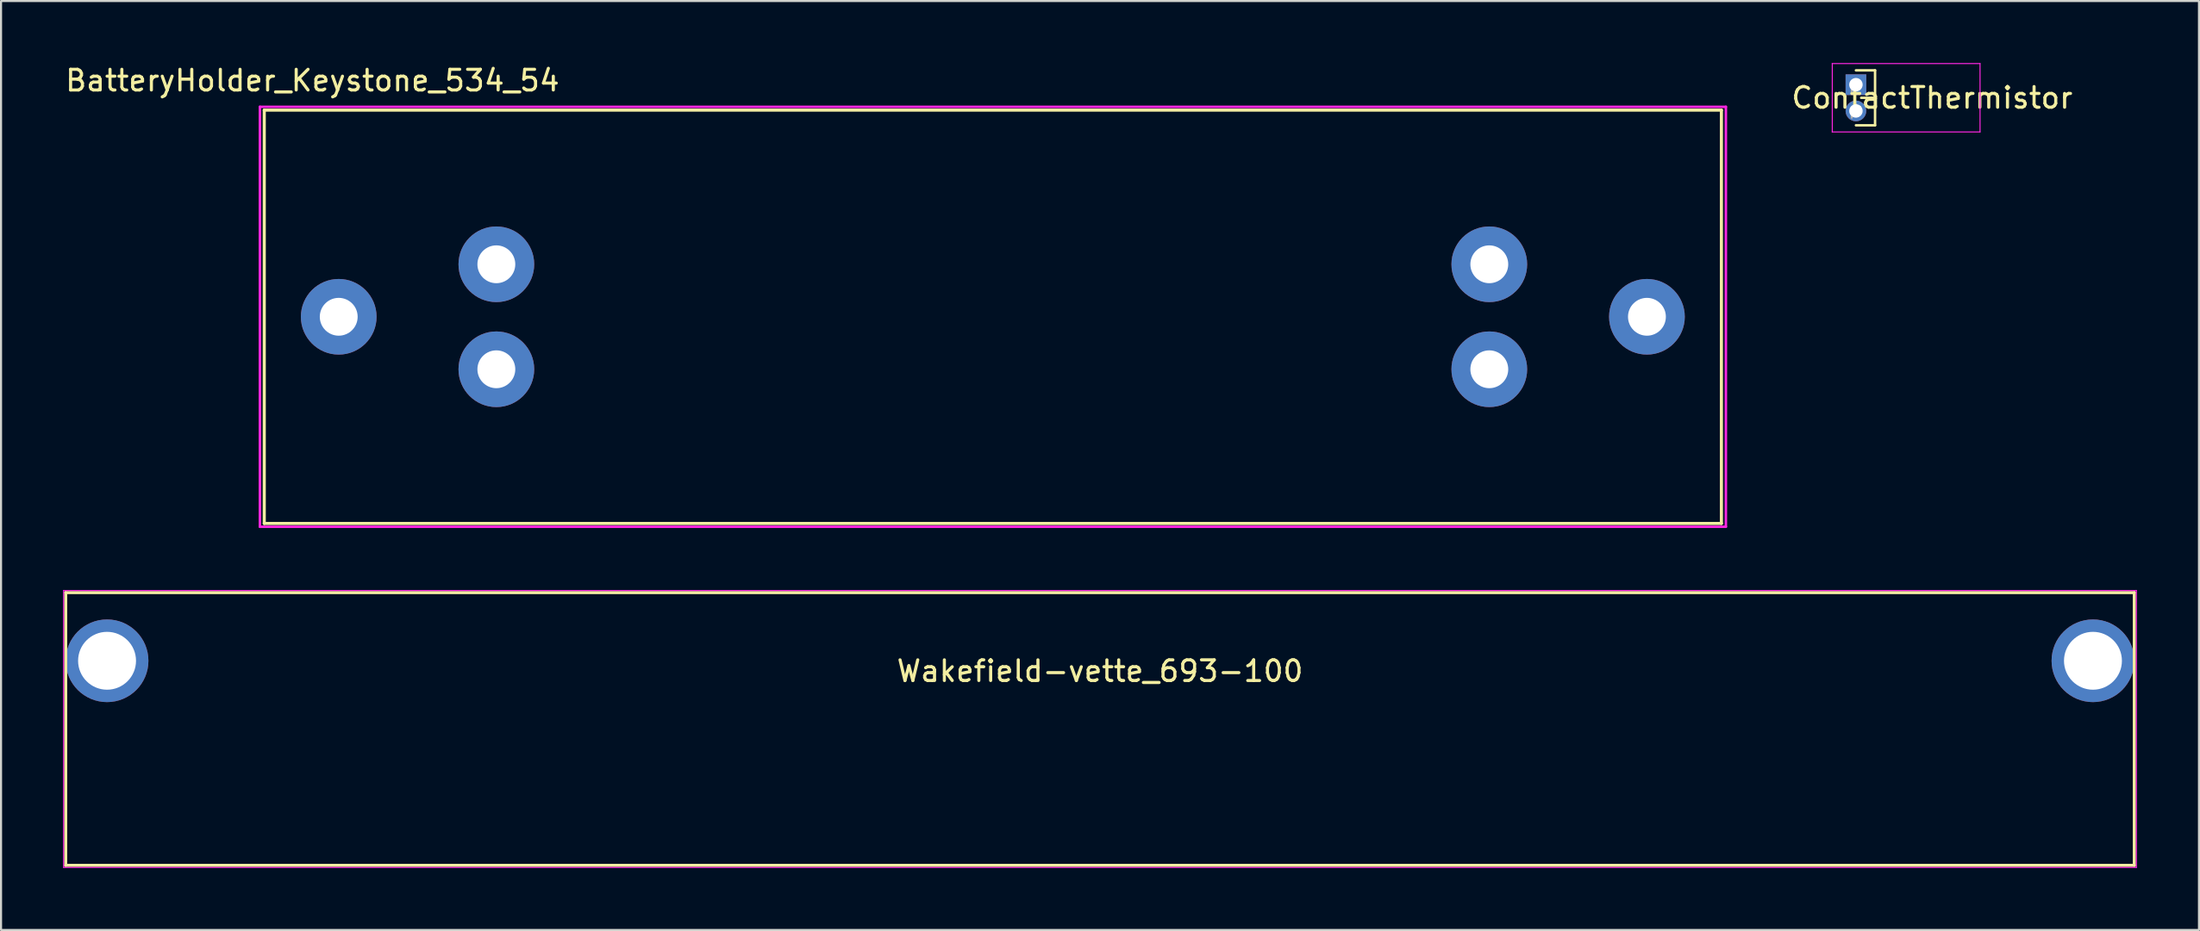
<source format=kicad_pcb>
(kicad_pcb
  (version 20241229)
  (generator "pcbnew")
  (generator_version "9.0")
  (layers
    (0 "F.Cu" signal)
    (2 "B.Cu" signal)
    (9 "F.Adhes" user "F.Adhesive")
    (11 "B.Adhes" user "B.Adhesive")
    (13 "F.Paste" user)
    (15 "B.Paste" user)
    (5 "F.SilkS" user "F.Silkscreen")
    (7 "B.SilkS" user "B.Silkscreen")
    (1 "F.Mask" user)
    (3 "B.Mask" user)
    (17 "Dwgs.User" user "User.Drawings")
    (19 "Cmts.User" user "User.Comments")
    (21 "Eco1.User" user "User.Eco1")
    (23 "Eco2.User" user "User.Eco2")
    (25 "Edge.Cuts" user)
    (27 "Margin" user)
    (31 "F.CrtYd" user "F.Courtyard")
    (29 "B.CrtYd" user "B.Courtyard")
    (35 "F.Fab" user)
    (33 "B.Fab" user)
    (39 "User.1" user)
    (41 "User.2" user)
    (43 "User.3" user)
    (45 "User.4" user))
  (footprint "Wakefield-vette_693-100"
    (layer "F.Cu")
    (at 50.125 28.923)
    (property "Reference" "Wakefield-vette_693-100" (at 0 0.5 0) (layer "F.SilkS") (effects (font (size 1 1) (thickness 0.15))))
    (attr through_hole)
    (fp_line (start -50 -3.3) (end -50 9.9) (stroke (width 0.15) (type solid)) (layer "F.SilkS"))
    (fp_line (start -50 9.9) (end 50 9.9) (stroke (width 0.15) (type solid)) (layer "F.SilkS"))
    (fp_line (start 50 -3.3) (end -50 -3.3) (stroke (width 0.15) (type solid)) (layer "F.SilkS"))
    (fp_line (start 50 -3.3) (end 50 9.9) (stroke (width 0.15) (type solid)) (layer "F.SilkS"))
    (fp_line (start -50.1 -3.4) (end 50.1 -3.4) (stroke (width 0.05) (type solid)) (layer "F.CrtYd"))
    (fp_line (start -50.1 10) (end -50.1 -3.4) (stroke (width 0.05) (type solid)) (layer "F.CrtYd"))
    (fp_line (start 50.1 -3.4) (end 50.1 10) (stroke (width 0.05) (type solid)) (layer "F.CrtYd"))
    (fp_line (start 50.1 10) (end -50.1 10) (stroke (width 0.05) (type solid)) (layer "F.CrtYd"))
    (pad "1" thru_hole circle (at -48 0) (size 4 4) (drill 2.8) (layers "*.Cu" "*.Mask"))
    (pad "1" thru_hole circle (at 48 0) (size 4 4) (drill 2.8) (layers "*.Cu" "*.Mask")))
  (footprint "BatteryHolder_Keystone_534_54"
    (layer "F.Cu")
    (at 13.324 12.278)
    (property "Reference" "BatteryHolder_Keystone_534_54" (at -1.27 -11.43 0) (layer "F.SilkS") (effects (font (size 1 1) (thickness 0.15))))
    (attr through_hole)
    (fp_line (start -3.6 -10) (end -3.6 10) (stroke (width 0.15) (type solid)) (layer "F.SilkS"))
    (fp_line (start -3.6 10) (end 66.84 10) (stroke (width 0.15) (type solid)) (layer "F.SilkS"))
    (fp_line (start 66.84 -10) (end -3.6 -10) (stroke (width 0.15) (type solid)) (layer "F.SilkS"))
    (fp_line (start 66.84 -10) (end 66.84 10) (stroke (width 0.15) (type solid)) (layer "F.SilkS"))
    (fp_line (start -3.81 -10.16) (end -3.81 10.16) (stroke (width 0.12) (type solid)) (layer "F.CrtYd"))
    (fp_line (start -3.81 10.16) (end 67.056 10.16) (stroke (width 0.12) (type solid)) (layer "F.CrtYd"))
    (fp_line (start 67.056 -10.16) (end -3.81 -10.16) (stroke (width 0.12) (type solid)) (layer "F.CrtYd"))
    (fp_line (start 67.056 10.16) (end 67.056 -10.16) (stroke (width 0.12) (type solid)) (layer "F.CrtYd"))
    (pad "1" thru_hole circle (at 0 0) (size 3.66 3.66) (drill 1.83) (layers "*.Cu" "*.Mask"))
    (pad "1" thru_hole circle (at 7.62 -2.54) (size 3.66 3.66) (drill 1.83) (layers "*.Cu" "*.Mask"))
    (pad "1" thru_hole circle (at 7.62 2.54) (size 3.66 3.66) (drill 1.83) (layers "*.Cu" "*.Mask"))
    (pad "2" thru_hole circle (at 55.62 -2.54) (size 3.66 3.66) (drill 1.83) (layers "*.Cu" "*.Mask"))
    (pad "2" thru_hole circle (at 55.62 2.54) (size 3.66 3.66) (drill 1.83) (layers "*.Cu" "*.Mask"))
    (pad "2" thru_hole circle (at 63.24 0) (size 3.66 3.66) (drill 1.83) (layers "*.Cu" "*.Mask")))
  (footprint "ContactThermistor"
    (layer "F.Cu")
    (at 86.667 1.683)
    (property "Reference" "ContactThermistor" (at 3.683 0 0) (layer "F.SilkS") (effects (font (size 1 1) (thickness 0.15))))
    (attr through_hole)
    (fp_line (start 0 -1.33) (end 0.925 -1.33) (stroke (width 0.12) (type solid)) (layer "F.SilkS"))
    (fp_line (start 0.254 0) (end 0.925 0) (stroke (width 0.12) (type solid)) (layer "F.SilkS"))
    (fp_line (start 0.925 -1.33) (end 0.925 1.33) (stroke (width 0.12) (type solid)) (layer "F.SilkS"))
    (fp_line (start 0.925 1.33) (end 0 1.33) (stroke (width 0.12) (type solid)) (layer "F.SilkS"))
    (fp_line (start -1.15 1.651) (end 6 1.651) (stroke (width 0.05) (type solid)) (layer "F.CrtYd"))
    (fp_line (start -1.143 -1.651) (end -1.143 1.651) (stroke (width 0.05) (type solid)) (layer "F.CrtYd"))
    (fp_line (start 6 -1.658) (end -1.15 -1.658) (stroke (width 0.05) (type solid)) (layer "F.CrtYd"))
    (fp_line (start 6 1.651) (end 6 -1.658) (stroke (width 0.05) (type solid)) (layer "F.CrtYd"))
    (fp_line (start -0.2 -0.708) (end -0.2 -0.308) (stroke (width 0.1) (type solid)) (layer "F.Fab"))
    (fp_line (start -0.2 0.562) (end -0.2 0.962) (stroke (width 0.1) (type solid)) (layer "F.Fab"))
    (pad "1" thru_hole rect (at 0 -0.635) (size 1 1) (drill 0.65) (layers "*.Cu" "*.Mask"))
    (pad "2" thru_hole oval (at 0 0.635) (size 1 1) (drill 0.65) (layers "*.Cu" "*.Mask")))
  (gr_rect
    (start -3 -3)
    (end 103.25 41.948)
    (stroke (width 0.1) (type default))
    (fill no)
    (layer "Edge.Cuts")))
</source>
